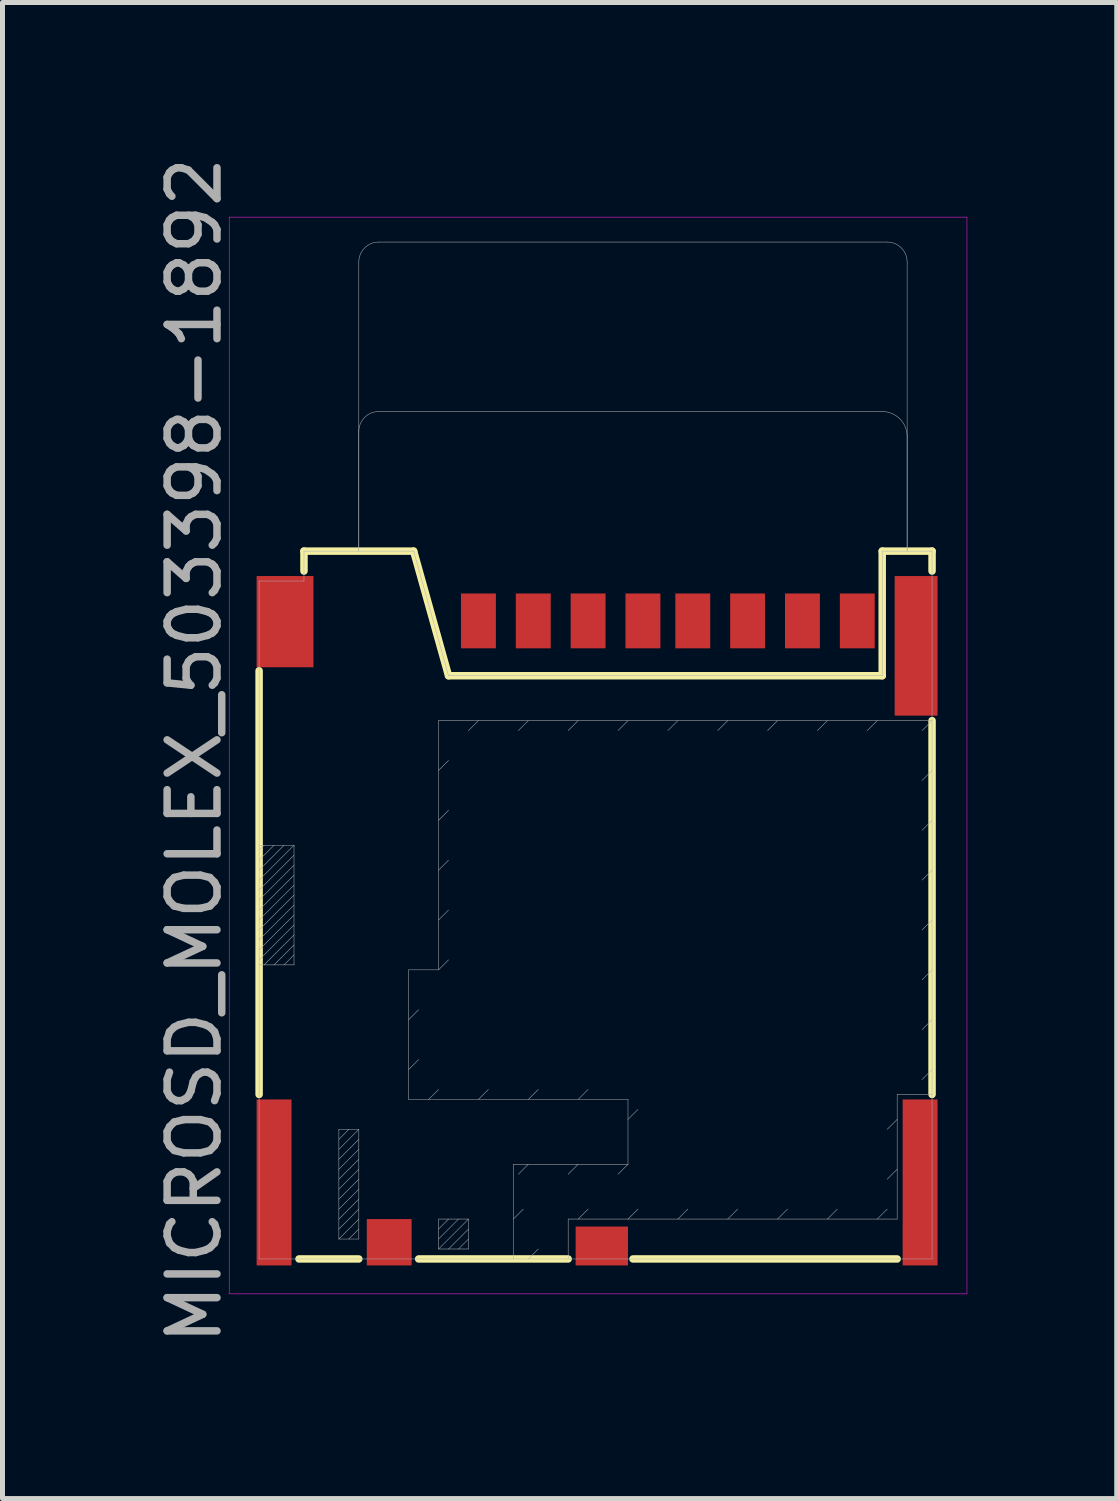
<source format=kicad_pcb>
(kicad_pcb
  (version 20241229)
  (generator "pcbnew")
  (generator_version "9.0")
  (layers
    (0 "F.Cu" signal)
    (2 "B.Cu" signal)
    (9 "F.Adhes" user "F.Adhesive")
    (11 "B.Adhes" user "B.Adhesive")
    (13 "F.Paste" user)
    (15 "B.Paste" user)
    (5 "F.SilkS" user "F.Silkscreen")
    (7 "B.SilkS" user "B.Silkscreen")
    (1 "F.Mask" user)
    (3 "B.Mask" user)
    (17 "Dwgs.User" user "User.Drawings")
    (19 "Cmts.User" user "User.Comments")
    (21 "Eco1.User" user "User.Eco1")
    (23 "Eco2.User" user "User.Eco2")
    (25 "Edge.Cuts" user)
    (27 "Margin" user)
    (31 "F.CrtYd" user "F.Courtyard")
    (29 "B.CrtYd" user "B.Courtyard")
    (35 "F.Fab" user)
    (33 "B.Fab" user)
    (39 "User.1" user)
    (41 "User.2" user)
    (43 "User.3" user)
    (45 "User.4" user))
  (footprint "MICROSD_MOLEX_503398-1892"
    (layer "F.Cu")
    (at 8.948 12.106)
    (property "Reference" "MICROSD_MOLEX_503398-1892" (at -8.1 -0.1 90) (layer "F.Fab") (effects (font (size 1 1) (thickness 0.15))))
    (attr through_hole)
    (fp_line (start -6.8 -1.7) (end -6.8 6.8) (stroke (width 0.15) (type solid)) (layer "F.SilkS"))
    (fp_line (start -5.9 -4.1) (end -5.9 -3.7) (stroke (width 0.15) (type solid)) (layer "F.SilkS"))
    (fp_line (start -4.8 10.1) (end -6 10.1) (stroke (width 0.15) (type solid)) (layer "F.SilkS"))
    (fp_line (start -3.7 -4.1) (end -5.9 -4.1) (stroke (width 0.15) (type solid)) (layer "F.SilkS"))
    (fp_line (start -3.7 -4.1) (end -3 -1.6) (stroke (width 0.15) (type solid)) (layer "F.SilkS"))
    (fp_line (start -3 -1.6) (end 5.7 -1.6) (stroke (width 0.15) (type solid)) (layer "F.SilkS"))
    (fp_line (start -0.6 10.1) (end -3.6 10.1) (stroke (width 0.15) (type solid)) (layer "F.SilkS"))
    (fp_line (start 5.7 -4.1) (end 6.7 -4.1) (stroke (width 0.15) (type solid)) (layer "F.SilkS"))
    (fp_line (start 5.7 -1.6) (end 5.7 -4.1) (stroke (width 0.15) (type solid)) (layer "F.SilkS"))
    (fp_line (start 6 10.1) (end 0.7 10.1) (stroke (width 0.15) (type solid)) (layer "F.SilkS"))
    (fp_line (start 6.7 -4.1) (end 6.7 -3.7) (stroke (width 0.15) (type solid)) (layer "F.SilkS"))
    (fp_line (start 6.7 -0.7) (end 6.7 6.8) (stroke (width 0.15) (type solid)) (layer "F.SilkS"))
    (fp_line (start -7.4 -10.8) (end -7.4 10.8) (stroke (width 0.01) (type solid)) (layer "F.CrtYd"))
    (fp_line (start -7.4 10.8) (end 7.4 10.8) (stroke (width 0.01) (type solid)) (layer "F.CrtYd"))
    (fp_line (start 7.4 -10.8) (end -7.4 -10.8) (stroke (width 0.01) (type solid)) (layer "F.CrtYd"))
    (fp_line (start 7.4 10.8) (end 7.4 -10.8) (stroke (width 0.01) (type solid)) (layer "F.CrtYd"))
    (fp_line (start -6.8 -3.5) (end -6.8 10.1) (stroke (width 0.01) (type solid)) (layer "F.Fab"))
    (fp_line (start -6.8 1.8) (end -6.1 1.8) (stroke (width 0.01) (type solid)) (layer "F.Fab"))
    (fp_line (start -6.8 1.9) (end -6.7 1.8) (stroke (width 0.01) (type solid)) (layer "F.Fab"))
    (fp_line (start -6.8 2.1) (end -6.5 1.8) (stroke (width 0.01) (type solid)) (layer "F.Fab"))
    (fp_line (start -6.8 2.3) (end -6.3 1.8) (stroke (width 0.01) (type solid)) (layer "F.Fab"))
    (fp_line (start -6.8 2.5) (end -6.1 1.8) (stroke (width 0.01) (type solid)) (layer "F.Fab"))
    (fp_line (start -6.8 2.7) (end -6.1 2) (stroke (width 0.01) (type solid)) (layer "F.Fab"))
    (fp_line (start -6.8 3.3) (end -6.1 2.6) (stroke (width 0.01) (type solid)) (layer "F.Fab"))
    (fp_line (start -6.8 3.7) (end -6.1 3) (stroke (width 0.01) (type solid)) (layer "F.Fab"))
    (fp_line (start -6.8 4.1) (end -6.1 3.4) (stroke (width 0.01) (type solid)) (layer "F.Fab"))
    (fp_line (start -6.8 10.1) (end 6.7 10.1) (stroke (width 0.01) (type solid)) (layer "F.Fab"))
    (fp_line (start -6.5 4.2) (end -6.1 3.8) (stroke (width 0.01) (type solid)) (layer "F.Fab"))
    (fp_line (start -6.1 1.8) (end -6.1 4.2) (stroke (width 0.01) (type solid)) (layer "F.Fab"))
    (fp_line (start -6.1 2.2) (end -6.8 2.9) (stroke (width 0.01) (type solid)) (layer "F.Fab"))
    (fp_line (start -6.1 2.4) (end -6.8 3.1) (stroke (width 0.01) (type solid)) (layer "F.Fab"))
    (fp_line (start -6.1 2.8) (end -6.8 3.5) (stroke (width 0.01) (type solid)) (layer "F.Fab"))
    (fp_line (start -6.1 3.2) (end -6.8 3.9) (stroke (width 0.01) (type solid)) (layer "F.Fab"))
    (fp_line (start -6.1 3.6) (end -6.7 4.2) (stroke (width 0.01) (type solid)) (layer "F.Fab"))
    (fp_line (start -6.1 4) (end -6.3 4.2) (stroke (width 0.01) (type solid)) (layer "F.Fab"))
    (fp_line (start -6.1 4.2) (end -6.8 4.2) (stroke (width 0.01) (type solid)) (layer "F.Fab"))
    (fp_line (start -5.9 -4.1) (end -5.9 -3.5) (stroke (width 0.01) (type solid)) (layer "F.Fab"))
    (fp_line (start -5.9 -3.5) (end -6.8 -3.5) (stroke (width 0.01) (type solid)) (layer "F.Fab"))
    (fp_line (start -5.2 7.5) (end -4.8 7.5) (stroke (width 0.01) (type solid)) (layer "F.Fab"))
    (fp_line (start -5.2 7.7) (end -5 7.5) (stroke (width 0.01) (type solid)) (layer "F.Fab"))
    (fp_line (start -5.2 8.1) (end -4.8 7.7) (stroke (width 0.01) (type solid)) (layer "F.Fab"))
    (fp_line (start -5.2 8.7) (end -4.8 8.3) (stroke (width 0.01) (type solid)) (layer "F.Fab"))
    (fp_line (start -5.2 9.1) (end -4.8 8.7) (stroke (width 0.01) (type solid)) (layer "F.Fab"))
    (fp_line (start -5.2 9.5) (end -4.8 9.1) (stroke (width 0.01) (type solid)) (layer "F.Fab"))
    (fp_line (start -5.2 9.7) (end -5.2 7.5) (stroke (width 0.01) (type solid)) (layer "F.Fab"))
    (fp_line (start -5 9.7) (end -4.8 9.5) (stroke (width 0.01) (type solid)) (layer "F.Fab"))
    (fp_line (start -4.8 -4.1) (end -4.8 -9.9) (stroke (width 0.01) (type solid)) (layer "F.Fab"))
    (fp_line (start -4.8 -4.1) (end -4.8 -6.5) (stroke (width 0.01) (type solid)) (layer "F.Fab"))
    (fp_line (start -4.8 7.5) (end -5.2 7.9) (stroke (width 0.01) (type solid)) (layer "F.Fab"))
    (fp_line (start -4.8 7.5) (end -4.8 9.7) (stroke (width 0.01) (type solid)) (layer "F.Fab"))
    (fp_line (start -4.8 7.9) (end -5.2 8.3) (stroke (width 0.01) (type solid)) (layer "F.Fab"))
    (fp_line (start -4.8 8.1) (end -5.2 8.5) (stroke (width 0.01) (type solid)) (layer "F.Fab"))
    (fp_line (start -4.8 8.5) (end -5.2 8.9) (stroke (width 0.01) (type solid)) (layer "F.Fab"))
    (fp_line (start -4.8 8.9) (end -5.2 9.3) (stroke (width 0.01) (type solid)) (layer "F.Fab"))
    (fp_line (start -4.8 9.3) (end -5.2 9.7) (stroke (width 0.01) (type solid)) (layer "F.Fab"))
    (fp_line (start -4.8 9.7) (end -5.2 9.7) (stroke (width 0.01) (type solid)) (layer "F.Fab"))
    (fp_line (start -4.4 -10.3) (end 5.8 -10.3) (stroke (width 0.01) (type solid)) (layer "F.Fab"))
    (fp_line (start -4.4 -6.9) (end 5.7 -6.9) (stroke (width 0.01) (type solid)) (layer "F.Fab"))
    (fp_line (start -3.8 4.3) (end -3.2 4.3) (stroke (width 0.01) (type solid)) (layer "F.Fab"))
    (fp_line (start -3.8 5.3) (end -3.6 5.1) (stroke (width 0.01) (type solid)) (layer "F.Fab"))
    (fp_line (start -3.8 6.3) (end -3.6 6.1) (stroke (width 0.01) (type solid)) (layer "F.Fab"))
    (fp_line (start -3.8 6.9) (end -3.8 4.3) (stroke (width 0.01) (type solid)) (layer "F.Fab"))
    (fp_line (start -3.7 -4.1) (end -5.9 -4.1) (stroke (width 0.01) (type solid)) (layer "F.Fab"))
    (fp_line (start -3.4 6.9) (end -3.2 6.7) (stroke (width 0.01) (type solid)) (layer "F.Fab"))
    (fp_line (start -3.2 -0.7) (end 6.7 -0.7) (stroke (width 0.01) (type solid)) (layer "F.Fab"))
    (fp_line (start -3.2 0.3) (end -3 0.1) (stroke (width 0.01) (type solid)) (layer "F.Fab"))
    (fp_line (start -3.2 1.3) (end -3 1.1) (stroke (width 0.01) (type solid)) (layer "F.Fab"))
    (fp_line (start -3.2 2.3) (end -3 2.1) (stroke (width 0.01) (type solid)) (layer "F.Fab"))
    (fp_line (start -3.2 3.3) (end -3 3.1) (stroke (width 0.01) (type solid)) (layer "F.Fab"))
    (fp_line (start -3.2 4.3) (end -3.2 -0.7) (stroke (width 0.01) (type solid)) (layer "F.Fab"))
    (fp_line (start -3.2 4.3) (end -3 4.1) (stroke (width 0.01) (type solid)) (layer "F.Fab"))
    (fp_line (start -3.2 9.3) (end -2.6 9.3) (stroke (width 0.01) (type solid)) (layer "F.Fab"))
    (fp_line (start -3.2 9.5) (end -3 9.3) (stroke (width 0.01) (type solid)) (layer "F.Fab"))
    (fp_line (start -3.2 9.7) (end -2.8 9.3) (stroke (width 0.01) (type solid)) (layer "F.Fab"))
    (fp_line (start -3.2 9.9) (end -3.2 9.3) (stroke (width 0.01) (type solid)) (layer "F.Fab"))
    (fp_line (start -3 -1.6) (end -3.7 -4.1) (stroke (width 0.01) (type solid)) (layer "F.Fab"))
    (fp_line (start -3 9.9) (end -2.6 9.5) (stroke (width 0.01) (type solid)) (layer "F.Fab"))
    (fp_line (start -2.6 9.3) (end -3.2 9.9) (stroke (width 0.01) (type solid)) (layer "F.Fab"))
    (fp_line (start -2.6 9.3) (end -2.6 9.9) (stroke (width 0.01) (type solid)) (layer "F.Fab"))
    (fp_line (start -2.6 9.7) (end -2.8 9.9) (stroke (width 0.01) (type solid)) (layer "F.Fab"))
    (fp_line (start -2.6 9.9) (end -3.2 9.9) (stroke (width 0.01) (type solid)) (layer "F.Fab"))
    (fp_line (start -2.4 -0.7) (end -2.6 -0.5) (stroke (width 0.01) (type solid)) (layer "F.Fab"))
    (fp_line (start -2.4 6.9) (end -2.2 6.7) (stroke (width 0.01) (type solid)) (layer "F.Fab"))
    (fp_line (start -1.7 8.2) (end 0.6 8.2) (stroke (width 0.01) (type solid)) (layer "F.Fab"))
    (fp_line (start -1.7 9.3) (end -1.5 9.1) (stroke (width 0.01) (type solid)) (layer "F.Fab"))
    (fp_line (start -1.7 10.1) (end -1.7 8.2) (stroke (width 0.01) (type solid)) (layer "F.Fab"))
    (fp_line (start -1.4 -0.7) (end -1.6 -0.5) (stroke (width 0.01) (type solid)) (layer "F.Fab"))
    (fp_line (start -1.4 6.9) (end -1.2 6.7) (stroke (width 0.01) (type solid)) (layer "F.Fab"))
    (fp_line (start -1.4 8.2) (end -1.6 8.4) (stroke (width 0.01) (type solid)) (layer "F.Fab"))
    (fp_line (start -1.4 10.1) (end -1.2 9.9) (stroke (width 0.01) (type solid)) (layer "F.Fab"))
    (fp_line (start -0.6 9.3) (end 6 9.3) (stroke (width 0.01) (type solid)) (layer "F.Fab"))
    (fp_line (start -0.6 10.1) (end -0.6 9.3) (stroke (width 0.01) (type solid)) (layer "F.Fab"))
    (fp_line (start -0.4 -0.7) (end -0.6 -0.5) (stroke (width 0.01) (type solid)) (layer "F.Fab"))
    (fp_line (start -0.4 6.9) (end -0.2 6.7) (stroke (width 0.01) (type solid)) (layer "F.Fab"))
    (fp_line (start -0.4 8.2) (end -0.6 8.4) (stroke (width 0.01) (type solid)) (layer "F.Fab"))
    (fp_line (start -0.4 9.3) (end -0.2 9.1) (stroke (width 0.01) (type solid)) (layer "F.Fab"))
    (fp_line (start 0.6 -0.7) (end 0.4 -0.5) (stroke (width 0.01) (type solid)) (layer "F.Fab"))
    (fp_line (start 0.6 6.9) (end -3.8 6.9) (stroke (width 0.01) (type solid)) (layer "F.Fab"))
    (fp_line (start 0.6 7.3) (end 0.8 7.1) (stroke (width 0.01) (type solid)) (layer "F.Fab"))
    (fp_line (start 0.6 8.2) (end 0.4 8.4) (stroke (width 0.01) (type solid)) (layer "F.Fab"))
    (fp_line (start 0.6 8.2) (end 0.6 6.9) (stroke (width 0.01) (type solid)) (layer "F.Fab"))
    (fp_line (start 0.6 9.3) (end 0.8 9.1) (stroke (width 0.01) (type solid)) (layer "F.Fab"))
    (fp_line (start 1.6 -0.7) (end 1.4 -0.5) (stroke (width 0.01) (type solid)) (layer "F.Fab"))
    (fp_line (start 1.6 9.3) (end 1.8 9.1) (stroke (width 0.01) (type solid)) (layer "F.Fab"))
    (fp_line (start 2.6 -0.7) (end 2.4 -0.5) (stroke (width 0.01) (type solid)) (layer "F.Fab"))
    (fp_line (start 2.6 9.3) (end 2.8 9.1) (stroke (width 0.01) (type solid)) (layer "F.Fab"))
    (fp_line (start 3.6 -0.7) (end 3.4 -0.5) (stroke (width 0.01) (type solid)) (layer "F.Fab"))
    (fp_line (start 3.6 9.3) (end 3.8 9.1) (stroke (width 0.01) (type solid)) (layer "F.Fab"))
    (fp_line (start 4.6 -0.7) (end 4.4 -0.5) (stroke (width 0.01) (type solid)) (layer "F.Fab"))
    (fp_line (start 4.6 9.3) (end 4.8 9.1) (stroke (width 0.01) (type solid)) (layer "F.Fab"))
    (fp_line (start 5.6 -0.7) (end 5.4 -0.5) (stroke (width 0.01) (type solid)) (layer "F.Fab"))
    (fp_line (start 5.6 9.3) (end 5.8 9.1) (stroke (width 0.01) (type solid)) (layer "F.Fab"))
    (fp_line (start 5.7 -4.1) (end 5.7 -1.6) (stroke (width 0.01) (type solid)) (layer "F.Fab"))
    (fp_line (start 5.7 -1.6) (end -3 -1.6) (stroke (width 0.01) (type solid)) (layer "F.Fab"))
    (fp_line (start 6 6.8) (end 6.7 6.8) (stroke (width 0.01) (type solid)) (layer "F.Fab"))
    (fp_line (start 6 7.3) (end 5.8 7.5) (stroke (width 0.01) (type solid)) (layer "F.Fab"))
    (fp_line (start 6 8.3) (end 5.8 8.5) (stroke (width 0.01) (type solid)) (layer "F.Fab"))
    (fp_line (start 6 9.3) (end 6 6.8) (stroke (width 0.01) (type solid)) (layer "F.Fab"))
    (fp_line (start 6.2 -6.4) (end 6.2 -4.1) (stroke (width 0.01) (type solid)) (layer "F.Fab"))
    (fp_line (start 6.2 -4.1) (end 6.2 -9.9) (stroke (width 0.01) (type solid)) (layer "F.Fab"))
    (fp_line (start 6.7 -4.1) (end 5.7 -4.1) (stroke (width 0.01) (type solid)) (layer "F.Fab"))
    (fp_line (start 6.7 -0.7) (end 6.5 -0.5) (stroke (width 0.01) (type solid)) (layer "F.Fab"))
    (fp_line (start 6.7 0.3) (end 6.5 0.5) (stroke (width 0.01) (type solid)) (layer "F.Fab"))
    (fp_line (start 6.7 1.3) (end 6.5 1.5) (stroke (width 0.01) (type solid)) (layer "F.Fab"))
    (fp_line (start 6.7 2.3) (end 6.5 2.5) (stroke (width 0.01) (type solid)) (layer "F.Fab"))
    (fp_line (start 6.7 3.3) (end 6.5 3.5) (stroke (width 0.01) (type solid)) (layer "F.Fab"))
    (fp_line (start 6.7 4.3) (end 6.5 4.5) (stroke (width 0.01) (type solid)) (layer "F.Fab"))
    (fp_line (start 6.7 5.3) (end 6.5 5.5) (stroke (width 0.01) (type solid)) (layer "F.Fab"))
    (fp_line (start 6.7 6.3) (end 6.5 6.5) (stroke (width 0.01) (type solid)) (layer "F.Fab"))
    (fp_line (start 6.7 10.1) (end 6.7 -4.1) (stroke (width 0.01) (type solid)) (layer "F.Fab"))
    (fp_arc (start -4.8 -9.9) (mid -4.682843 -10.182843) (end -4.4 -10.3) (stroke (width 0.01) (type solid)) (layer "F.Fab"))
    (fp_arc (start -4.8 -6.5) (mid -4.682843 -6.782843) (end -4.4 -6.9) (stroke (width 0.01) (type solid)) (layer "F.Fab"))
    (fp_arc (start 5.7 -6.9) (mid 6.053553 -6.753553) (end 6.2 -6.4) (stroke (width 0.01) (type solid)) (layer "F.Fab"))
    (fp_arc (start 5.8 -10.3) (mid 6.082843 -10.182843) (end 6.2 -9.9) (stroke (width 0.01) (type solid)) (layer "F.Fab"))
    (pad "1" smd rect (at -2.4 -2.7) (size 0.7 1.1) (layers "F.Cu" "F.Mask" "F.Paste"))
    (pad "2" smd rect (at -1.3 -2.7) (size 0.7 1.1) (layers "F.Cu" "F.Mask" "F.Paste"))
    (pad "3" smd rect (at -0.2 -2.7) (size 0.7 1.1) (layers "F.Cu" "F.Mask" "F.Paste"))
    (pad "4" smd rect (at 0.9 -2.7) (size 0.7 1.1) (layers "F.Cu" "F.Mask" "F.Paste"))
    (pad "5" smd rect (at 1.9 -2.7) (size 0.7 1.1) (layers "F.Cu" "F.Mask" "F.Paste"))
    (pad "6" smd rect (at 3 -2.7) (size 0.7 1.1) (layers "F.Cu" "F.Mask" "F.Paste"))
    (pad "7" smd rect (at 4.1 -2.7) (size 0.7 1.1) (layers "F.Cu" "F.Mask" "F.Paste"))
    (pad "8" smd rect (at 5.2 -2.7) (size 0.7 1.1) (layers "F.Cu" "F.Mask" "F.Paste"))
    (pad "9" smd rect (at -6.5 8.565) (size 0.7 3.33) (layers "F.Cu" "F.Mask" "F.Paste"))
    (pad "9" smd rect (at -6.28 -2.685) (size 1.14 1.83) (layers "F.Cu" "F.Mask" "F.Paste"))
    (pad "9" smd rect (at 6.38 -2.2) (size 0.86 2.8) (layers "F.Cu" "F.Mask" "F.Paste"))
    (pad "9" smd rect (at 6.46 8.565) (size 0.7 3.33) (layers "F.Cu" "F.Mask" "F.Paste"))
    (pad "10" smd rect (at -4.19 9.765) (size 0.9 0.93) (layers "F.Cu" "F.Mask" "F.Paste"))
    (pad "11" smd rect (at 0.075 9.84) (size 1.05 0.78) (layers "F.Cu" "F.Mask" "F.Paste")))
  (gr_rect
    (start -3 -3)
    (end 19.353 27.012)
    (stroke (width 0.1) (type default))
    (fill no)
    (layer "Edge.Cuts")))
</source>
